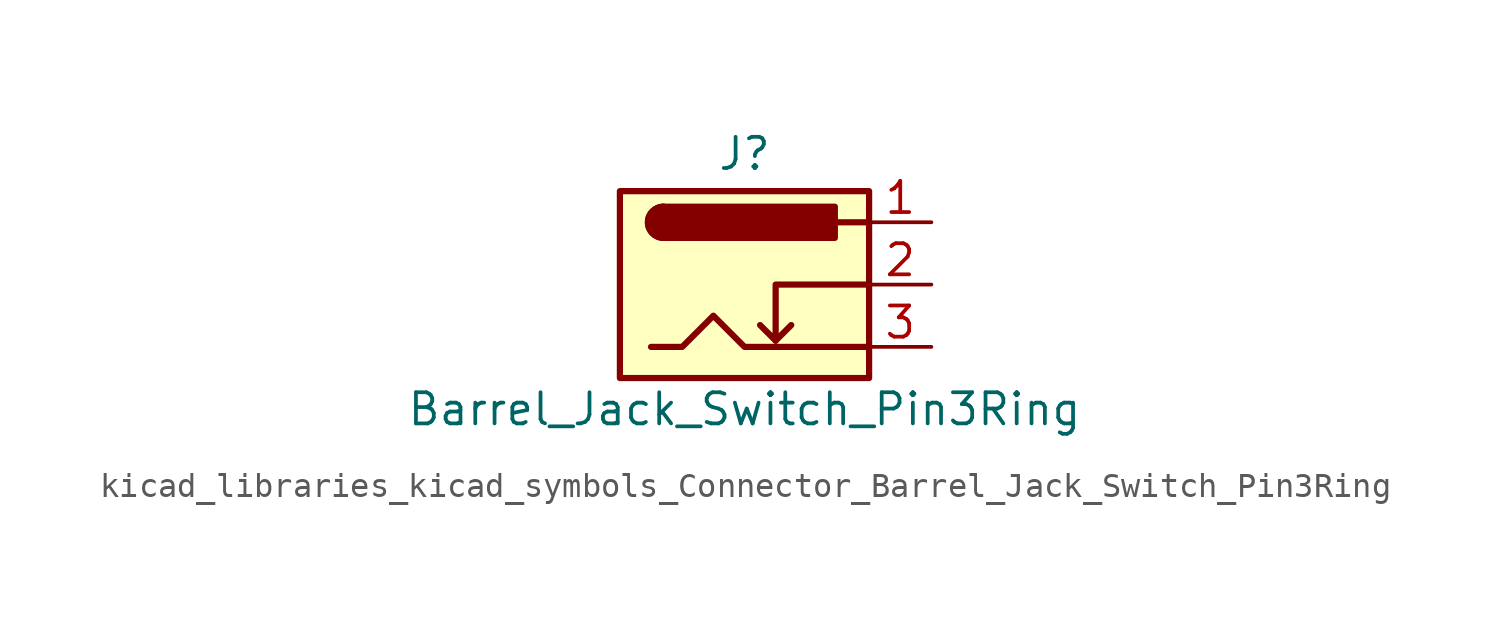
<source format=kicad_sym>
(kicad_symbol_lib
  (version 20220914)
  (generator kicad_symbol_editor)
  (symbol "kicad_libraries_kicad_symbols_Connector_Barrel_Jack_Switch_Pin3Ring"
    (pin_names hide)
    (property "Reference" "J"
      (at 0 5.334 0)
      (effects (font (size 1.27 1.27))))
    (property "Value" "Barrel_Jack_Switch_Pin3Ring"
      (at 0 -5.08 0)
      (effects (font (size 1.27 1.27))))
    (symbol "kicad_libraries_kicad_symbols_Connector_Barrel_Jack_Switch_Pin3Ring_0_1"
      (rectangle (start -5.08 3.81) (end 5.08 -3.81) (stroke (width 0.254) (type default)) (fill (type background)))
      (arc (start -3.302 3.175) (mid -3.9343 2.54) (end -3.302 1.905) (stroke (width 0.254) (type default)) (fill (type none)))
      (arc (start -3.302 3.175) (mid -3.9343 2.54) (end -3.302 1.905) (stroke (width 0.254) (type default)) (fill (type outline)))
      (polyline (pts (xy 1.27 -2.286) (xy 1.905 -1.651)) (stroke (width 0.254) (type default)) (fill (type none)))
      (polyline (pts (xy 5.08 2.54) (xy 3.81 2.54)) (stroke (width 0.254) (type default)) (fill (type none)))
      (polyline (pts (xy 5.08 0) (xy 1.27 0) (xy 1.27 -2.286) (xy 0.635 -1.651)) (stroke (width 0.254) (type default)) (fill (type none)))
      (polyline (pts (xy -3.81 -2.54) (xy -2.54 -2.54) (xy -1.27 -1.27) (xy 0 -2.54) (xy 2.54 -2.54) (xy 5.08 -2.54)) (stroke (width 0.254) (type default)) (fill (type none)))
      (rectangle (start 3.683 3.175) (end -3.302 1.905) (stroke (width 0.254) (type default)) (fill (type outline))))
    (symbol "kicad_libraries_kicad_symbols_Connector_Barrel_Jack_Switch_Pin3Ring_1_1"
      (pin passive line (at 7.62 2.54 180) (length 2.54) (name "~" (effects (font (size 1.27 1.27)))) (number "1" (effects (font (size 1.27 1.27)))))
      (pin passive line (at 7.62 0 180) (length 2.54) (name "~" (effects (font (size 1.27 1.27)))) (number "2" (effects (font (size 1.27 1.27)))))
      (pin passive line (at 7.62 -2.54 180) (length 2.54) (name "~" (effects (font (size 1.27 1.27)))) (number "3" (effects (font (size 1.27 1.27))))))))
</source>
